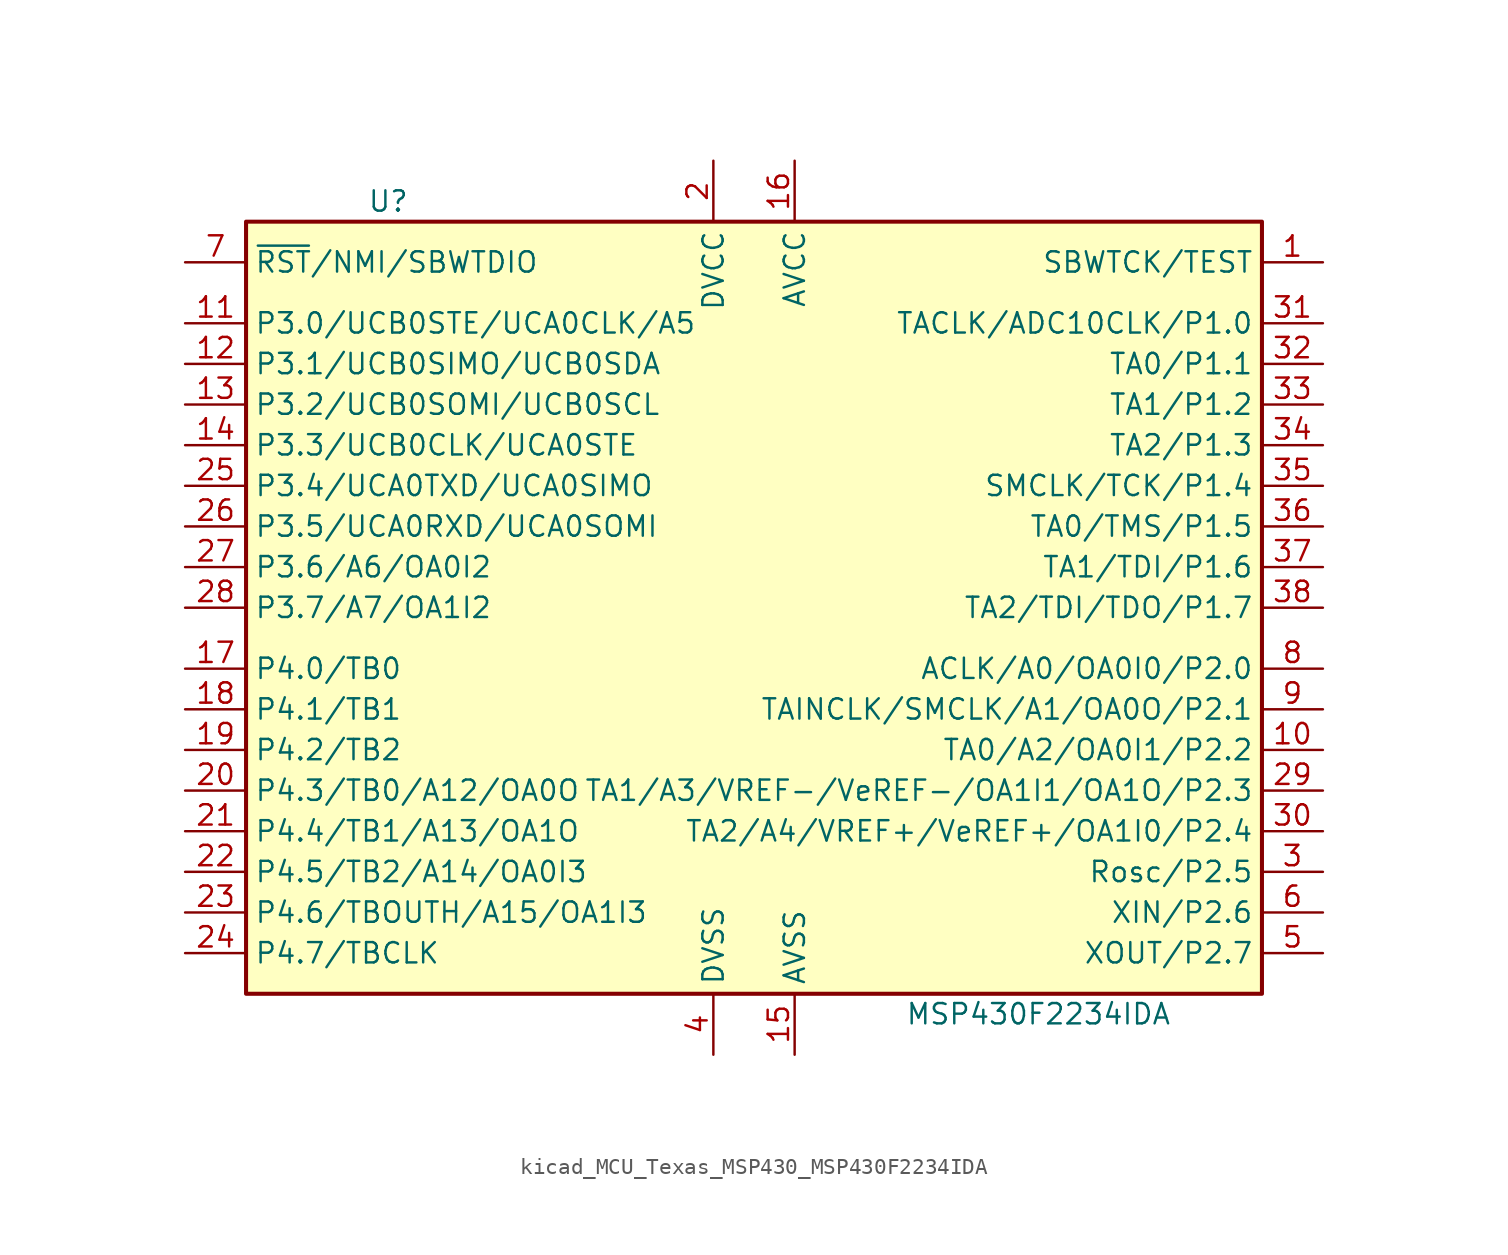
<source format=kicad_sym>
(kicad_symbol_lib
  (version 20220914)
  (generator kicad_symbol_editor)
  (symbol "kicad_MCU_Texas_MSP430_MSP430F2234IDA"
    (property "Reference" "U"
      (at -22.86 25.4 0)
      (effects (font (size 1.27 1.27))))
    (property "Value" "MSP430F2234IDA"
      (at 17.78 -25.4 0)
      (effects (font (size 1.27 1.27))))
    (symbol "kicad_MCU_Texas_MSP430_MSP430F2234IDA_0_1"
      (rectangle (start -31.75 24.13) (end 31.75 -24.13) (stroke (width 0.254) (type default)) (fill (type background))))
    (symbol "kicad_MCU_Texas_MSP430_MSP430F2234IDA_1_1"
      (pin input line (at 35.56 21.59 180) (length 3.81) (name "SBWTCK/TEST" (effects (font (size 1.27 1.27)))) (number "1" (effects (font (size 1.27 1.27)))))
      (pin bidirectional line (at 35.56 -8.89 180) (length 3.81) (name "TA0/A2/OA0I1/P2.2" (effects (font (size 1.27 1.27)))) (number "10" (effects (font (size 1.27 1.27)))))
      (pin bidirectional line (at -35.56 17.78 0) (length 3.81) (name "P3.0/UCB0STE/UCA0CLK/A5" (effects (font (size 1.27 1.27)))) (number "11" (effects (font (size 1.27 1.27)))))
      (pin bidirectional line (at -35.56 15.24 0) (length 3.81) (name "P3.1/UCB0SIMO/UCB0SDA" (effects (font (size 1.27 1.27)))) (number "12" (effects (font (size 1.27 1.27)))))
      (pin bidirectional line (at -35.56 12.7 0) (length 3.81) (name "P3.2/UCB0SOMI/UCB0SCL" (effects (font (size 1.27 1.27)))) (number "13" (effects (font (size 1.27 1.27)))))
      (pin bidirectional line (at -35.56 10.16 0) (length 3.81) (name "P3.3/UCB0CLK/UCA0STE" (effects (font (size 1.27 1.27)))) (number "14" (effects (font (size 1.27 1.27)))))
      (pin power_in line (at 2.54 -27.94 90) (length 3.81) (name "AVSS" (effects (font (size 1.27 1.27)))) (number "15" (effects (font (size 1.27 1.27)))))
      (pin power_in line (at 2.54 27.94 270) (length 3.81) (name "AVCC" (effects (font (size 1.27 1.27)))) (number "16" (effects (font (size 1.27 1.27)))))
      (pin bidirectional line (at -35.56 -3.81 0) (length 3.81) (name "P4.0/TB0" (effects (font (size 1.27 1.27)))) (number "17" (effects (font (size 1.27 1.27)))))
      (pin bidirectional line (at -35.56 -6.35 0) (length 3.81) (name "P4.1/TB1" (effects (font (size 1.27 1.27)))) (number "18" (effects (font (size 1.27 1.27)))))
      (pin bidirectional line (at -35.56 -8.89 0) (length 3.81) (name "P4.2/TB2" (effects (font (size 1.27 1.27)))) (number "19" (effects (font (size 1.27 1.27)))))
      (pin power_in line (at -2.54 27.94 270) (length 3.81) (name "DVCC" (effects (font (size 1.27 1.27)))) (number "2" (effects (font (size 1.27 1.27)))))
      (pin bidirectional line (at -35.56 -11.43 0) (length 3.81) (name "P4.3/TB0/A12/OA0O" (effects (font (size 1.27 1.27)))) (number "20" (effects (font (size 1.27 1.27)))))
      (pin bidirectional line (at -35.56 -13.97 0) (length 3.81) (name "P4.4/TB1/A13/OA1O" (effects (font (size 1.27 1.27)))) (number "21" (effects (font (size 1.27 1.27)))))
      (pin bidirectional line (at -35.56 -16.51 0) (length 3.81) (name "P4.5/TB2/A14/OA0I3" (effects (font (size 1.27 1.27)))) (number "22" (effects (font (size 1.27 1.27)))))
      (pin bidirectional line (at -35.56 -19.05 0) (length 3.81) (name "P4.6/TBOUTH/A15/OA1I3" (effects (font (size 1.27 1.27)))) (number "23" (effects (font (size 1.27 1.27)))))
      (pin bidirectional line (at -35.56 -21.59 0) (length 3.81) (name "P4.7/TBCLK" (effects (font (size 1.27 1.27)))) (number "24" (effects (font (size 1.27 1.27)))))
      (pin bidirectional line (at -35.56 7.62 0) (length 3.81) (name "P3.4/UCA0TXD/UCA0SIMO" (effects (font (size 1.27 1.27)))) (number "25" (effects (font (size 1.27 1.27)))))
      (pin bidirectional line (at -35.56 5.08 0) (length 3.81) (name "P3.5/UCA0RXD/UCA0SOMI" (effects (font (size 1.27 1.27)))) (number "26" (effects (font (size 1.27 1.27)))))
      (pin bidirectional line (at -35.56 2.54 0) (length 3.81) (name "P3.6/A6/OA0I2" (effects (font (size 1.27 1.27)))) (number "27" (effects (font (size 1.27 1.27)))))
      (pin bidirectional line (at -35.56 0 0) (length 3.81) (name "P3.7/A7/OA1I2" (effects (font (size 1.27 1.27)))) (number "28" (effects (font (size 1.27 1.27)))))
      (pin bidirectional line (at 35.56 -11.43 180) (length 3.81) (name "TA1/A3/VREF-/VeREF-/OA1I1/OA1O/P2.3" (effects (font (size 1.27 1.27)))) (number "29" (effects (font (size 1.27 1.27)))))
      (pin bidirectional line (at 35.56 -16.51 180) (length 3.81) (name "Rosc/P2.5" (effects (font (size 1.27 1.27)))) (number "3" (effects (font (size 1.27 1.27)))))
      (pin bidirectional line (at 35.56 -13.97 180) (length 3.81) (name "TA2/A4/VREF+/VeREF+/OA1I0/P2.4" (effects (font (size 1.27 1.27)))) (number "30" (effects (font (size 1.27 1.27)))))
      (pin bidirectional line (at 35.56 17.78 180) (length 3.81) (name "TACLK/ADC10CLK/P1.0" (effects (font (size 1.27 1.27)))) (number "31" (effects (font (size 1.27 1.27)))))
      (pin bidirectional line (at 35.56 15.24 180) (length 3.81) (name "TA0/P1.1" (effects (font (size 1.27 1.27)))) (number "32" (effects (font (size 1.27 1.27)))))
      (pin bidirectional line (at 35.56 12.7 180) (length 3.81) (name "TA1/P1.2" (effects (font (size 1.27 1.27)))) (number "33" (effects (font (size 1.27 1.27)))))
      (pin bidirectional line (at 35.56 10.16 180) (length 3.81) (name "TA2/P1.3" (effects (font (size 1.27 1.27)))) (number "34" (effects (font (size 1.27 1.27)))))
      (pin bidirectional line (at 35.56 7.62 180) (length 3.81) (name "SMCLK/TCK/P1.4" (effects (font (size 1.27 1.27)))) (number "35" (effects (font (size 1.27 1.27)))))
      (pin bidirectional line (at 35.56 5.08 180) (length 3.81) (name "TA0/TMS/P1.5" (effects (font (size 1.27 1.27)))) (number "36" (effects (font (size 1.27 1.27)))))
      (pin bidirectional line (at 35.56 2.54 180) (length 3.81) (name "TA1/TDI/P1.6" (effects (font (size 1.27 1.27)))) (number "37" (effects (font (size 1.27 1.27)))))
      (pin bidirectional line (at 35.56 0 180) (length 3.81) (name "TA2/TDI/TDO/P1.7" (effects (font (size 1.27 1.27)))) (number "38" (effects (font (size 1.27 1.27)))))
      (pin power_in line (at -2.54 -27.94 90) (length 3.81) (name "DVSS" (effects (font (size 1.27 1.27)))) (number "4" (effects (font (size 1.27 1.27)))))
      (pin bidirectional line (at 35.56 -21.59 180) (length 3.81) (name "XOUT/P2.7" (effects (font (size 1.27 1.27)))) (number "5" (effects (font (size 1.27 1.27)))))
      (pin bidirectional line (at 35.56 -19.05 180) (length 3.81) (name "XIN/P2.6" (effects (font (size 1.27 1.27)))) (number "6" (effects (font (size 1.27 1.27)))))
      (pin bidirectional line (at -35.56 21.59 0) (length 3.81) (name "~{RST}/NMI/SBWTDIO" (effects (font (size 1.27 1.27)))) (number "7" (effects (font (size 1.27 1.27)))))
      (pin bidirectional line (at 35.56 -3.81 180) (length 3.81) (name "ACLK/A0/OA0I0/P2.0" (effects (font (size 1.27 1.27)))) (number "8" (effects (font (size 1.27 1.27)))))
      (pin bidirectional line (at 35.56 -6.35 180) (length 3.81) (name "TAINCLK/SMCLK/A1/OA0O/P2.1" (effects (font (size 1.27 1.27)))) (number "9" (effects (font (size 1.27 1.27))))))))
</source>
